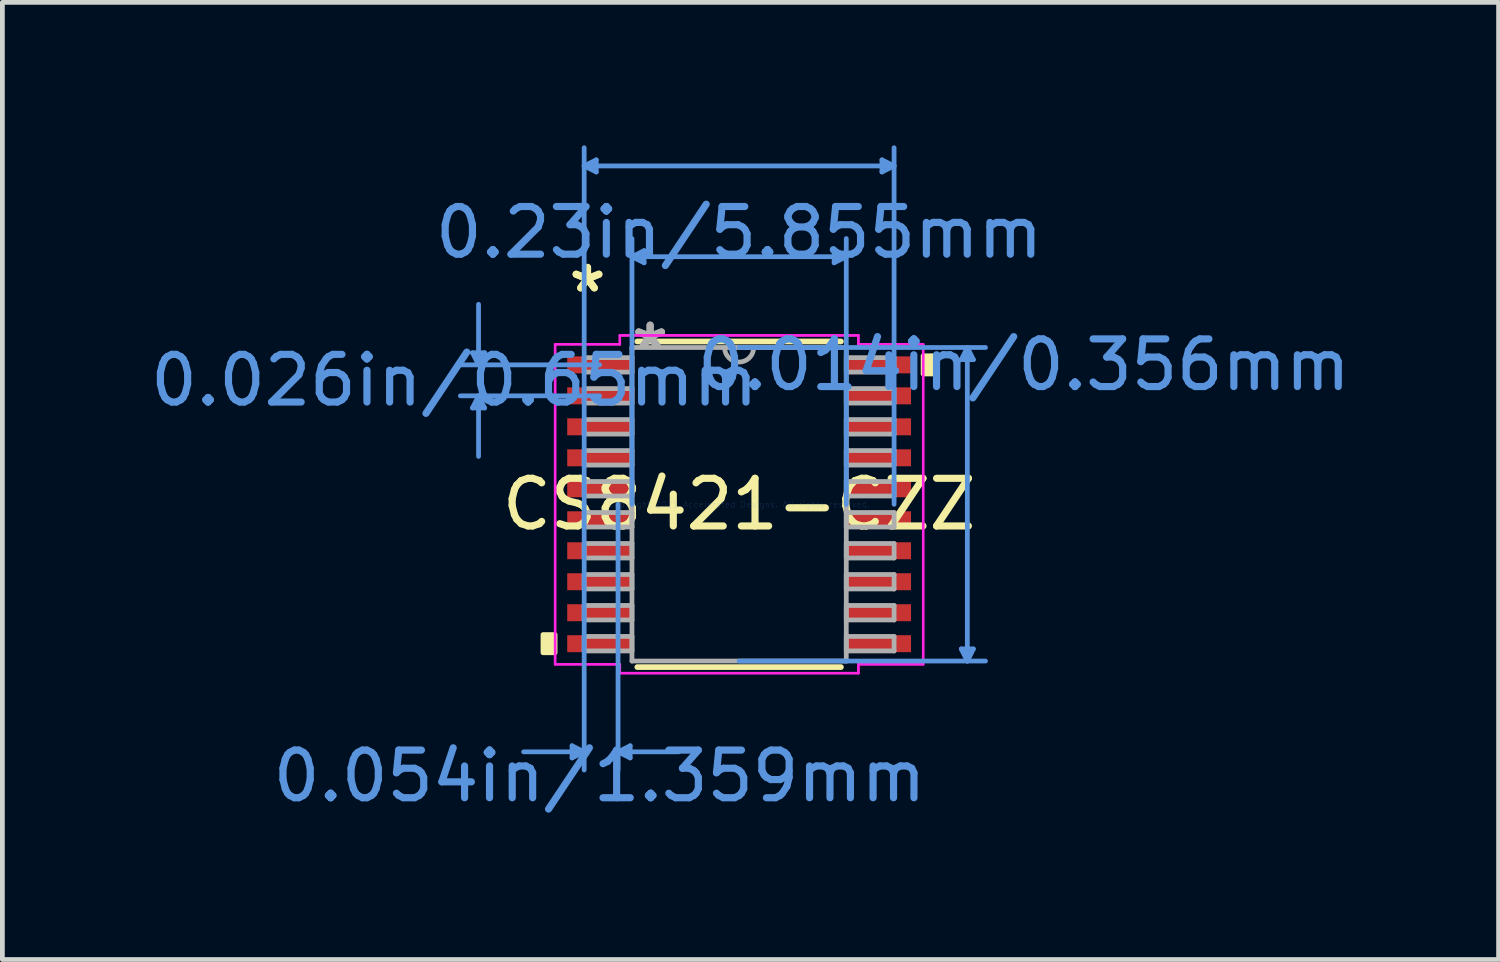
<source format=kicad_pcb>
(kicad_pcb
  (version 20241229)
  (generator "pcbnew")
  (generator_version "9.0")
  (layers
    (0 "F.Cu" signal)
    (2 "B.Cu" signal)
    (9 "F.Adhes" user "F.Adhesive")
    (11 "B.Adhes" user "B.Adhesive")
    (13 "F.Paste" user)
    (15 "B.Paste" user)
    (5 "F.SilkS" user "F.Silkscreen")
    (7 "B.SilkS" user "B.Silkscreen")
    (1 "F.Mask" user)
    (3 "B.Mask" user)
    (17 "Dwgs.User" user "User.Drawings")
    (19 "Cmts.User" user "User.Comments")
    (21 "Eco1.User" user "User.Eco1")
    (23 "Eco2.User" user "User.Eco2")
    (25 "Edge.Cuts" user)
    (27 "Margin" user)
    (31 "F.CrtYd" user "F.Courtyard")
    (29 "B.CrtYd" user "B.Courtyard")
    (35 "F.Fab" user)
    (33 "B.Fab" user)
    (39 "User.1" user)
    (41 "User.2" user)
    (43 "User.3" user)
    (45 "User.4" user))
  (footprint "CS8421-CZZ"
    (layer "F.Cu")
    (at 12.457 7.53)
    (property "Reference" "CS8421-CZZ" (at 0 0 0) (layer "F.SilkS") (effects (font (size 1 1) (thickness 0.15))))
    (attr through_hole)
    (fp_line (start -2.136 3.416) (end 2.136 3.416) (stroke (width 0.12) (type solid)) (layer "F.SilkS"))
    (fp_line (start 2.136 -3.416) (end -2.136 -3.416) (stroke (width 0.12) (type solid)) (layer "F.SilkS"))
    (fp_poly (pts (xy -4.115 2.734) (xy -4.115 3.115) (xy -3.861 3.115) (xy -3.861 2.734)) (stroke (width 0.1) (type solid)) (fill yes) (layer "F.SilkS"))
    (fp_poly (pts (xy 4.115 -3.115) (xy 4.115 -2.734) (xy 3.861 -2.734) (xy 3.861 -3.115)) (stroke (width 0.1) (type solid)) (fill yes) (layer "F.SilkS"))
    (fp_line (start -5.594 -3.179) (end -5.34 -3.179) (stroke (width 0.1) (type solid)) (layer "Cmts.User"))
    (fp_line (start -5.594 -2.021) (end -5.34 -2.021) (stroke (width 0.1) (type solid)) (layer "Cmts.User"))
    (fp_line (start -5.467 -2.925) (end -5.594 -3.179) (stroke (width 0.1) (type solid)) (layer "Cmts.User"))
    (fp_line (start -5.467 -2.925) (end -5.467 -4.195) (stroke (width 0.1) (type solid)) (layer "Cmts.User"))
    (fp_line (start -5.467 -2.925) (end -5.34 -3.179) (stroke (width 0.1) (type solid)) (layer "Cmts.User"))
    (fp_line (start -5.467 -2.275) (end -5.594 -2.021) (stroke (width 0.1) (type solid)) (layer "Cmts.User"))
    (fp_line (start -5.467 -2.275) (end -5.467 -1.005) (stroke (width 0.1) (type solid)) (layer "Cmts.User"))
    (fp_line (start -5.467 -2.275) (end -5.34 -2.021) (stroke (width 0.1) (type solid)) (layer "Cmts.User"))
    (fp_line (start -3.505 5.067) (end -3.505 5.321) (stroke (width 0.1) (type solid)) (layer "Cmts.User"))
    (fp_line (start -3.251 -7.099) (end -2.997 -7.226) (stroke (width 0.1) (type solid)) (layer "Cmts.User"))
    (fp_line (start -3.251 -7.099) (end -2.997 -6.972) (stroke (width 0.1) (type solid)) (layer "Cmts.User"))
    (fp_line (start -3.251 -7.099) (end 3.251 -7.099) (stroke (width 0.1) (type solid)) (layer "Cmts.User"))
    (fp_line (start -3.251 0) (end -3.251 -7.48) (stroke (width 0.1) (type solid)) (layer "Cmts.User"))
    (fp_line (start -3.251 0) (end -3.251 5.575) (stroke (width 0.1) (type solid)) (layer "Cmts.User"))
    (fp_line (start -3.251 5.194) (end -4.521 5.194) (stroke (width 0.1) (type solid)) (layer "Cmts.User"))
    (fp_line (start -3.251 5.194) (end -3.505 5.067) (stroke (width 0.1) (type solid)) (layer "Cmts.User"))
    (fp_line (start -3.251 5.194) (end -3.505 5.321) (stroke (width 0.1) (type solid)) (layer "Cmts.User"))
    (fp_line (start -2.997 -7.226) (end -2.997 -6.972) (stroke (width 0.1) (type solid)) (layer "Cmts.User"))
    (fp_line (start -2.927 -2.925) (end -5.848 -2.925) (stroke (width 0.1) (type solid)) (layer "Cmts.User"))
    (fp_line (start -2.927 -2.275) (end -5.848 -2.275) (stroke (width 0.1) (type solid)) (layer "Cmts.User"))
    (fp_line (start -2.54 0) (end -2.54 5.575) (stroke (width 0.1) (type solid)) (layer "Cmts.User"))
    (fp_line (start -2.54 5.194) (end -2.286 5.067) (stroke (width 0.1) (type solid)) (layer "Cmts.User"))
    (fp_line (start -2.54 5.194) (end -2.286 5.321) (stroke (width 0.1) (type solid)) (layer "Cmts.User"))
    (fp_line (start -2.54 5.194) (end -1.27 5.194) (stroke (width 0.1) (type solid)) (layer "Cmts.User"))
    (fp_line (start -2.286 5.067) (end -2.286 5.321) (stroke (width 0.1) (type solid)) (layer "Cmts.User"))
    (fp_line (start -2.248 -5.194) (end -1.994 -5.321) (stroke (width 0.1) (type solid)) (layer "Cmts.User"))
    (fp_line (start -2.248 -5.194) (end -1.994 -5.067) (stroke (width 0.1) (type solid)) (layer "Cmts.User"))
    (fp_line (start -2.248 -5.194) (end 2.248 -5.194) (stroke (width 0.1) (type solid)) (layer "Cmts.User"))
    (fp_line (start -2.248 0) (end -2.248 -5.575) (stroke (width 0.1) (type solid)) (layer "Cmts.User"))
    (fp_line (start -1.994 -5.321) (end -1.994 -5.067) (stroke (width 0.1) (type solid)) (layer "Cmts.User"))
    (fp_line (start 0 -3.289) (end 5.169 -3.289) (stroke (width 0.1) (type solid)) (layer "Cmts.User"))
    (fp_line (start 0 3.289) (end 5.169 3.289) (stroke (width 0.1) (type solid)) (layer "Cmts.User"))
    (fp_line (start 1.994 -5.321) (end 1.994 -5.067) (stroke (width 0.1) (type solid)) (layer "Cmts.User"))
    (fp_line (start 2.248 -5.194) (end 1.994 -5.321) (stroke (width 0.1) (type solid)) (layer "Cmts.User"))
    (fp_line (start 2.248 -5.194) (end 1.994 -5.067) (stroke (width 0.1) (type solid)) (layer "Cmts.User"))
    (fp_line (start 2.248 0) (end 2.248 -5.575) (stroke (width 0.1) (type solid)) (layer "Cmts.User"))
    (fp_line (start 2.997 -7.226) (end 2.997 -6.972) (stroke (width 0.1) (type solid)) (layer "Cmts.User"))
    (fp_line (start 3.251 -7.099) (end 2.997 -7.226) (stroke (width 0.1) (type solid)) (layer "Cmts.User"))
    (fp_line (start 3.251 -7.099) (end 2.997 -6.972) (stroke (width 0.1) (type solid)) (layer "Cmts.User"))
    (fp_line (start 3.251 0) (end 3.251 -7.48) (stroke (width 0.1) (type solid)) (layer "Cmts.User"))
    (fp_line (start 4.661 -3.035) (end 4.915 -3.035) (stroke (width 0.1) (type solid)) (layer "Cmts.User"))
    (fp_line (start 4.661 3.035) (end 4.915 3.035) (stroke (width 0.1) (type solid)) (layer "Cmts.User"))
    (fp_line (start 4.788 -3.289) (end 4.661 -3.035) (stroke (width 0.1) (type solid)) (layer "Cmts.User"))
    (fp_line (start 4.788 -3.289) (end 4.788 3.289) (stroke (width 0.1) (type solid)) (layer "Cmts.User"))
    (fp_line (start 4.788 -3.289) (end 4.915 -3.035) (stroke (width 0.1) (type solid)) (layer "Cmts.User"))
    (fp_line (start 4.788 3.289) (end 4.661 3.035) (stroke (width 0.1) (type solid)) (layer "Cmts.User"))
    (fp_line (start 4.788 3.289) (end 4.915 3.035) (stroke (width 0.1) (type solid)) (layer "Cmts.User"))
    (fp_line (start -3.861 -3.357) (end -2.502 -3.357) (stroke (width 0.05) (type solid)) (layer "F.CrtYd"))
    (fp_line (start -3.861 -3.357) (end -2.502 -3.357) (stroke (width 0.05) (type solid)) (layer "F.CrtYd"))
    (fp_line (start -3.861 3.357) (end -3.861 -3.357) (stroke (width 0.05) (type solid)) (layer "F.CrtYd"))
    (fp_line (start -3.861 3.357) (end -3.861 -3.357) (stroke (width 0.05) (type solid)) (layer "F.CrtYd"))
    (fp_line (start -3.861 3.357) (end -2.502 3.357) (stroke (width 0.05) (type solid)) (layer "F.CrtYd"))
    (fp_line (start -2.502 -3.543) (end 2.502 -3.543) (stroke (width 0.05) (type solid)) (layer "F.CrtYd"))
    (fp_line (start -2.502 -3.543) (end 2.502 -3.543) (stroke (width 0.05) (type solid)) (layer "F.CrtYd"))
    (fp_line (start -2.502 -3.357) (end -2.502 -3.543) (stroke (width 0.05) (type solid)) (layer "F.CrtYd"))
    (fp_line (start -2.502 -3.357) (end -2.502 -3.543) (stroke (width 0.05) (type solid)) (layer "F.CrtYd"))
    (fp_line (start -2.502 3.357) (end -3.861 3.357) (stroke (width 0.05) (type solid)) (layer "F.CrtYd"))
    (fp_line (start -2.502 3.543) (end -2.502 3.357) (stroke (width 0.05) (type solid)) (layer "F.CrtYd"))
    (fp_line (start -2.502 3.543) (end -2.502 3.357) (stroke (width 0.05) (type solid)) (layer "F.CrtYd"))
    (fp_line (start 2.502 -3.543) (end 2.502 -3.357) (stroke (width 0.05) (type solid)) (layer "F.CrtYd"))
    (fp_line (start 2.502 -3.543) (end 2.502 -3.357) (stroke (width 0.05) (type solid)) (layer "F.CrtYd"))
    (fp_line (start 2.502 -3.357) (end 3.861 -3.357) (stroke (width 0.05) (type solid)) (layer "F.CrtYd"))
    (fp_line (start 2.502 3.357) (end 2.502 3.543) (stroke (width 0.05) (type solid)) (layer "F.CrtYd"))
    (fp_line (start 2.502 3.357) (end 2.502 3.543) (stroke (width 0.05) (type solid)) (layer "F.CrtYd"))
    (fp_line (start 2.502 3.543) (end -2.502 3.543) (stroke (width 0.05) (type solid)) (layer "F.CrtYd"))
    (fp_line (start 2.502 3.543) (end -2.502 3.543) (stroke (width 0.05) (type solid)) (layer "F.CrtYd"))
    (fp_line (start 3.861 -3.357) (end 2.502 -3.357) (stroke (width 0.05) (type solid)) (layer "F.CrtYd"))
    (fp_line (start 3.861 -3.357) (end 3.861 3.357) (stroke (width 0.05) (type solid)) (layer "F.CrtYd"))
    (fp_line (start 3.861 -3.357) (end 3.861 3.357) (stroke (width 0.05) (type solid)) (layer "F.CrtYd"))
    (fp_line (start 3.861 3.357) (end 2.502 3.357) (stroke (width 0.05) (type solid)) (layer "F.CrtYd"))
    (fp_line (start 3.861 3.357) (end 2.502 3.357) (stroke (width 0.05) (type solid)) (layer "F.CrtYd"))
    (fp_line (start -3.251 -3.077) (end -3.251 -2.773) (stroke (width 0.1) (type solid)) (layer "F.Fab"))
    (fp_line (start -3.251 -2.773) (end -2.248 -2.773) (stroke (width 0.1) (type solid)) (layer "F.Fab"))
    (fp_line (start -3.251 -2.427) (end -3.251 -2.123) (stroke (width 0.1) (type solid)) (layer "F.Fab"))
    (fp_line (start -3.251 -2.123) (end -2.248 -2.123) (stroke (width 0.1) (type solid)) (layer "F.Fab"))
    (fp_line (start -3.251 -1.777) (end -3.251 -1.473) (stroke (width 0.1) (type solid)) (layer "F.Fab"))
    (fp_line (start -3.251 -1.473) (end -2.248 -1.473) (stroke (width 0.1) (type solid)) (layer "F.Fab"))
    (fp_line (start -3.251 -1.127) (end -3.251 -0.823) (stroke (width 0.1) (type solid)) (layer "F.Fab"))
    (fp_line (start -3.251 -0.823) (end -2.248 -0.823) (stroke (width 0.1) (type solid)) (layer "F.Fab"))
    (fp_line (start -3.251 -0.477) (end -3.251 -0.173) (stroke (width 0.1) (type solid)) (layer "F.Fab"))
    (fp_line (start -3.251 -0.173) (end -2.248 -0.173) (stroke (width 0.1) (type solid)) (layer "F.Fab"))
    (fp_line (start -3.251 0.173) (end -3.251 0.477) (stroke (width 0.1) (type solid)) (layer "F.Fab"))
    (fp_line (start -3.251 0.477) (end -2.248 0.477) (stroke (width 0.1) (type solid)) (layer "F.Fab"))
    (fp_line (start -3.251 0.823) (end -3.251 1.127) (stroke (width 0.1) (type solid)) (layer "F.Fab"))
    (fp_line (start -3.251 1.127) (end -2.248 1.127) (stroke (width 0.1) (type solid)) (layer "F.Fab"))
    (fp_line (start -3.251 1.473) (end -3.251 1.777) (stroke (width 0.1) (type solid)) (layer "F.Fab"))
    (fp_line (start -3.251 1.777) (end -2.248 1.777) (stroke (width 0.1) (type solid)) (layer "F.Fab"))
    (fp_line (start -3.251 2.123) (end -3.251 2.427) (stroke (width 0.1) (type solid)) (layer "F.Fab"))
    (fp_line (start -3.251 2.427) (end -2.248 2.427) (stroke (width 0.1) (type solid)) (layer "F.Fab"))
    (fp_line (start -3.251 2.773) (end -3.251 3.077) (stroke (width 0.1) (type solid)) (layer "F.Fab"))
    (fp_line (start -3.251 3.077) (end -2.248 3.077) (stroke (width 0.1) (type solid)) (layer "F.Fab"))
    (fp_line (start -2.248 -3.289) (end -2.248 3.289) (stroke (width 0.1) (type solid)) (layer "F.Fab"))
    (fp_line (start -2.248 -3.077) (end -3.251 -3.077) (stroke (width 0.1) (type solid)) (layer "F.Fab"))
    (fp_line (start -2.248 -2.773) (end -2.248 -3.077) (stroke (width 0.1) (type solid)) (layer "F.Fab"))
    (fp_line (start -2.248 -2.427) (end -3.251 -2.427) (stroke (width 0.1) (type solid)) (layer "F.Fab"))
    (fp_line (start -2.248 -2.123) (end -2.248 -2.427) (stroke (width 0.1) (type solid)) (layer "F.Fab"))
    (fp_line (start -2.248 -1.777) (end -3.251 -1.777) (stroke (width 0.1) (type solid)) (layer "F.Fab"))
    (fp_line (start -2.248 -1.473) (end -2.248 -1.777) (stroke (width 0.1) (type solid)) (layer "F.Fab"))
    (fp_line (start -2.248 -1.127) (end -3.251 -1.127) (stroke (width 0.1) (type solid)) (layer "F.Fab"))
    (fp_line (start -2.248 -0.823) (end -2.248 -1.127) (stroke (width 0.1) (type solid)) (layer "F.Fab"))
    (fp_line (start -2.248 -0.477) (end -3.251 -0.477) (stroke (width 0.1) (type solid)) (layer "F.Fab"))
    (fp_line (start -2.248 -0.173) (end -2.248 -0.477) (stroke (width 0.1) (type solid)) (layer "F.Fab"))
    (fp_line (start -2.248 0.173) (end -3.251 0.173) (stroke (width 0.1) (type solid)) (layer "F.Fab"))
    (fp_line (start -2.248 0.477) (end -2.248 0.173) (stroke (width 0.1) (type solid)) (layer "F.Fab"))
    (fp_line (start -2.248 0.823) (end -3.251 0.823) (stroke (width 0.1) (type solid)) (layer "F.Fab"))
    (fp_line (start -2.248 1.127) (end -2.248 0.823) (stroke (width 0.1) (type solid)) (layer "F.Fab"))
    (fp_line (start -2.248 1.473) (end -3.251 1.473) (stroke (width 0.1) (type solid)) (layer "F.Fab"))
    (fp_line (start -2.248 1.777) (end -2.248 1.473) (stroke (width 0.1) (type solid)) (layer "F.Fab"))
    (fp_line (start -2.248 2.123) (end -3.251 2.123) (stroke (width 0.1) (type solid)) (layer "F.Fab"))
    (fp_line (start -2.248 2.427) (end -2.248 2.123) (stroke (width 0.1) (type solid)) (layer "F.Fab"))
    (fp_line (start -2.248 2.773) (end -3.251 2.773) (stroke (width 0.1) (type solid)) (layer "F.Fab"))
    (fp_line (start -2.248 3.077) (end -2.248 2.773) (stroke (width 0.1) (type solid)) (layer "F.Fab"))
    (fp_line (start -2.248 3.289) (end 2.248 3.289) (stroke (width 0.1) (type solid)) (layer "F.Fab"))
    (fp_line (start 2.248 -3.289) (end -2.248 -3.289) (stroke (width 0.1) (type solid)) (layer "F.Fab"))
    (fp_line (start 2.248 -3.077) (end 2.248 -2.773) (stroke (width 0.1) (type solid)) (layer "F.Fab"))
    (fp_line (start 2.248 -2.773) (end 3.251 -2.773) (stroke (width 0.1) (type solid)) (layer "F.Fab"))
    (fp_line (start 2.248 -2.427) (end 2.248 -2.123) (stroke (width 0.1) (type solid)) (layer "F.Fab"))
    (fp_line (start 2.248 -2.123) (end 3.251 -2.123) (stroke (width 0.1) (type solid)) (layer "F.Fab"))
    (fp_line (start 2.248 -1.777) (end 2.248 -1.473) (stroke (width 0.1) (type solid)) (layer "F.Fab"))
    (fp_line (start 2.248 -1.473) (end 3.251 -1.473) (stroke (width 0.1) (type solid)) (layer "F.Fab"))
    (fp_line (start 2.248 -1.127) (end 2.248 -0.823) (stroke (width 0.1) (type solid)) (layer "F.Fab"))
    (fp_line (start 2.248 -0.823) (end 3.251 -0.823) (stroke (width 0.1) (type solid)) (layer "F.Fab"))
    (fp_line (start 2.248 -0.477) (end 2.248 -0.173) (stroke (width 0.1) (type solid)) (layer "F.Fab"))
    (fp_line (start 2.248 -0.173) (end 3.251 -0.173) (stroke (width 0.1) (type solid)) (layer "F.Fab"))
    (fp_line (start 2.248 0.173) (end 2.248 0.477) (stroke (width 0.1) (type solid)) (layer "F.Fab"))
    (fp_line (start 2.248 0.477) (end 3.251 0.477) (stroke (width 0.1) (type solid)) (layer "F.Fab"))
    (fp_line (start 2.248 0.823) (end 2.248 1.127) (stroke (width 0.1) (type solid)) (layer "F.Fab"))
    (fp_line (start 2.248 1.127) (end 3.251 1.127) (stroke (width 0.1) (type solid)) (layer "F.Fab"))
    (fp_line (start 2.248 1.473) (end 2.248 1.777) (stroke (width 0.1) (type solid)) (layer "F.Fab"))
    (fp_line (start 2.248 1.777) (end 3.251 1.777) (stroke (width 0.1) (type solid)) (layer "F.Fab"))
    (fp_line (start 2.248 2.123) (end 2.248 2.427) (stroke (width 0.1) (type solid)) (layer "F.Fab"))
    (fp_line (start 2.248 2.427) (end 3.251 2.427) (stroke (width 0.1) (type solid)) (layer "F.Fab"))
    (fp_line (start 2.248 2.773) (end 2.248 3.077) (stroke (width 0.1) (type solid)) (layer "F.Fab"))
    (fp_line (start 2.248 3.077) (end 3.251 3.077) (stroke (width 0.1) (type solid)) (layer "F.Fab"))
    (fp_line (start 2.248 3.289) (end 2.248 -3.289) (stroke (width 0.1) (type solid)) (layer "F.Fab"))
    (fp_line (start 3.251 -3.077) (end 2.248 -3.077) (stroke (width 0.1) (type solid)) (layer "F.Fab"))
    (fp_line (start 3.251 -2.773) (end 3.251 -3.077) (stroke (width 0.1) (type solid)) (layer "F.Fab"))
    (fp_line (start 3.251 -2.427) (end 2.248 -2.427) (stroke (width 0.1) (type solid)) (layer "F.Fab"))
    (fp_line (start 3.251 -2.123) (end 3.251 -2.427) (stroke (width 0.1) (type solid)) (layer "F.Fab"))
    (fp_line (start 3.251 -1.777) (end 2.248 -1.777) (stroke (width 0.1) (type solid)) (layer "F.Fab"))
    (fp_line (start 3.251 -1.473) (end 3.251 -1.777) (stroke (width 0.1) (type solid)) (layer "F.Fab"))
    (fp_line (start 3.251 -1.127) (end 2.248 -1.127) (stroke (width 0.1) (type solid)) (layer "F.Fab"))
    (fp_line (start 3.251 -0.823) (end 3.251 -1.127) (stroke (width 0.1) (type solid)) (layer "F.Fab"))
    (fp_line (start 3.251 -0.477) (end 2.248 -0.477) (stroke (width 0.1) (type solid)) (layer "F.Fab"))
    (fp_line (start 3.251 -0.173) (end 3.251 -0.477) (stroke (width 0.1) (type solid)) (layer "F.Fab"))
    (fp_line (start 3.251 0.173) (end 2.248 0.173) (stroke (width 0.1) (type solid)) (layer "F.Fab"))
    (fp_line (start 3.251 0.477) (end 3.251 0.173) (stroke (width 0.1) (type solid)) (layer "F.Fab"))
    (fp_line (start 3.251 0.823) (end 2.248 0.823) (stroke (width 0.1) (type solid)) (layer "F.Fab"))
    (fp_line (start 3.251 1.127) (end 3.251 0.823) (stroke (width 0.1) (type solid)) (layer "F.Fab"))
    (fp_line (start 3.251 1.473) (end 2.248 1.473) (stroke (width 0.1) (type solid)) (layer "F.Fab"))
    (fp_line (start 3.251 1.777) (end 3.251 1.473) (stroke (width 0.1) (type solid)) (layer "F.Fab"))
    (fp_line (start 3.251 2.123) (end 2.248 2.123) (stroke (width 0.1) (type solid)) (layer "F.Fab"))
    (fp_line (start 3.251 2.427) (end 3.251 2.123) (stroke (width 0.1) (type solid)) (layer "F.Fab"))
    (fp_line (start 3.251 2.773) (end 2.248 2.773) (stroke (width 0.1) (type solid)) (layer "F.Fab"))
    (fp_line (start 3.251 3.077) (end 3.251 2.773) (stroke (width 0.1) (type solid)) (layer "F.Fab"))
    (fp_arc (start 0.3048 -3.2893) (mid 0 -2.9845) (end -0.3048 -3.2893) (stroke (width 0.1) (type solid)) (layer "F.Fab"))
    (fp_text user "*" (at -3.181 -4.424 0) (layer "F.SilkS") (effects (font (size 1 1) (thickness 0.15))))
    (fp_text user "*" (at -3.181 -4.424 0) (layer "F.SilkS") (effects (font (size 1 1) (thickness 0.15))))
    (fp_text user "0.026in/0.65mm" (at -5.975 -2.6 0) (layer "Cmts.User") (effects (font (size 1 1) (thickness 0.15))))
    (fp_text user "0.014in/0.356mm" (at 5.975 -2.925 0) (layer "Cmts.User") (effects (font (size 1 1) (thickness 0.15))))
    (fp_text user "0.054in/1.359mm" (at -2.927 5.702 0) (layer "Cmts.User") (effects (font (size 1 1) (thickness 0.15))))
    (fp_text user "Copyright 2021 Accelerated Designs. All rights reserved." (at 0 0 0) (layer "Cmts.User") (effects (font (size 0.127 0.127) (thickness 0.002))))
    (fp_text user "0.23in/5.855mm" (at 0 -5.702 0) (layer "Cmts.User") (effects (font (size 1 1) (thickness 0.15))))
    (fp_text user "*" (at -1.867 -3.213 0) (layer "F.Fab") (effects (font (size 1 1) (thickness 0.15))))
    (fp_text user "*" (at -1.867 -3.213 0) (layer "F.Fab") (effects (font (size 1 1) (thickness 0.15))))
    (pad "1" smd rect (at -2.927 -2.925) (size 1.359 0.356) (layers "F.Cu" "F.Mask" "F.Paste"))
    (pad "2" smd rect (at -2.927 -2.275) (size 1.359 0.356) (layers "F.Cu" "F.Mask" "F.Paste"))
    (pad "3" smd rect (at -2.927 -1.625) (size 1.359 0.356) (layers "F.Cu" "F.Mask" "F.Paste"))
    (pad "4" smd rect (at -2.927 -0.975) (size 1.359 0.356) (layers "F.Cu" "F.Mask" "F.Paste"))
    (pad "5" smd rect (at -2.927 -0.325) (size 1.359 0.356) (layers "F.Cu" "F.Mask" "F.Paste"))
    (pad "6" smd rect (at -2.927 0.325) (size 1.359 0.356) (layers "F.Cu" "F.Mask" "F.Paste"))
    (pad "7" smd rect (at -2.927 0.975) (size 1.359 0.356) (layers "F.Cu" "F.Mask" "F.Paste"))
    (pad "8" smd rect (at -2.927 1.625) (size 1.359 0.356) (layers "F.Cu" "F.Mask" "F.Paste"))
    (pad "9" smd rect (at -2.927 2.275) (size 1.359 0.356) (layers "F.Cu" "F.Mask" "F.Paste"))
    (pad "10" smd rect (at -2.927 2.925) (size 1.359 0.356) (layers "F.Cu" "F.Mask" "F.Paste"))
    (pad "11" smd rect (at 2.927 2.925) (size 1.359 0.356) (layers "F.Cu" "F.Mask" "F.Paste"))
    (pad "12" smd rect (at 2.927 2.275) (size 1.359 0.356) (layers "F.Cu" "F.Mask" "F.Paste"))
    (pad "13" smd rect (at 2.927 1.625) (size 1.359 0.356) (layers "F.Cu" "F.Mask" "F.Paste"))
    (pad "14" smd rect (at 2.927 0.975) (size 1.359 0.356) (layers "F.Cu" "F.Mask" "F.Paste"))
    (pad "15" smd rect (at 2.927 0.325) (size 1.359 0.356) (layers "F.Cu" "F.Mask" "F.Paste"))
    (pad "16" smd rect (at 2.927 -0.325) (size 1.359 0.356) (layers "F.Cu" "F.Mask" "F.Paste"))
    (pad "17" smd rect (at 2.927 -0.975) (size 1.359 0.356) (layers "F.Cu" "F.Mask" "F.Paste"))
    (pad "18" smd rect (at 2.927 -1.625) (size 1.359 0.356) (layers "F.Cu" "F.Mask" "F.Paste"))
    (pad "19" smd rect (at 2.927 -2.275) (size 1.359 0.356) (layers "F.Cu" "F.Mask" "F.Paste"))
    (pad "20" smd rect (at 2.927 -2.925) (size 1.359 0.356) (layers "F.Cu" "F.Mask" "F.Paste")))
  (gr_rect
    (start -3 -3)
    (end 28.391 17.081)
    (stroke (width 0.1) (type default))
    (fill no)
    (layer "Edge.Cuts")))
</source>
